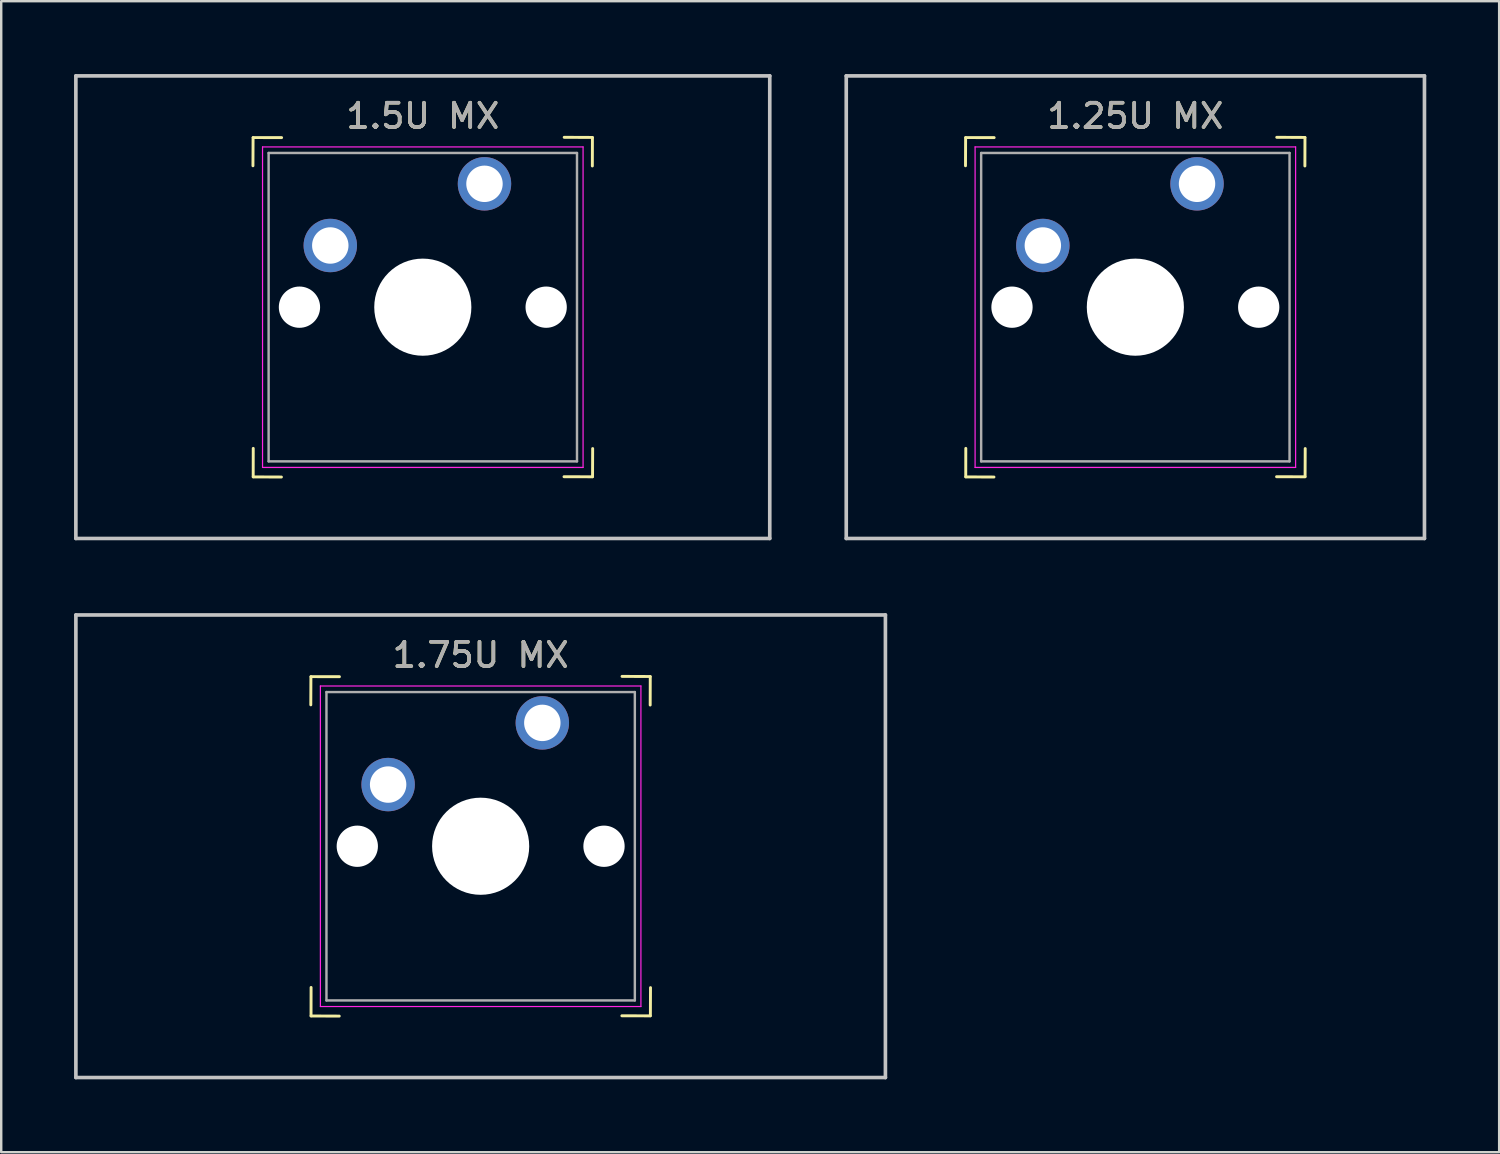
<source format=kicad_pcb>
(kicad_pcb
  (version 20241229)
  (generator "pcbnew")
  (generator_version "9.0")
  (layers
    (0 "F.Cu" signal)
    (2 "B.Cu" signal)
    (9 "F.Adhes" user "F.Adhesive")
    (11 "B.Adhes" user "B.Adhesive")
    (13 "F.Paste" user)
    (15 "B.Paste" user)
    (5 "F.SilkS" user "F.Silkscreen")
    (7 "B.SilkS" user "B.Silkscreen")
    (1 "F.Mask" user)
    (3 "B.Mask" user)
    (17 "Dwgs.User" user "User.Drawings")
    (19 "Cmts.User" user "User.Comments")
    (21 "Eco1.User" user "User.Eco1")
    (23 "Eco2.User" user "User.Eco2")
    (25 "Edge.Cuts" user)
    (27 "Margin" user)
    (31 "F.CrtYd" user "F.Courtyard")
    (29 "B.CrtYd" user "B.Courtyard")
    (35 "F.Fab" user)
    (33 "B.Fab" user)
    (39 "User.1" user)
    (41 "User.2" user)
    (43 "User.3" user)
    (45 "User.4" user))
  (footprint "1.75U MX"
    (layer "F.Cu")
    (at 19.284 26.72)
    (property "Reference" "1.75U MX" (at -2.54 -2.794 0) (layer "F.SilkS") (effects (font (size 1 1) (thickness 0.15))))
    (attr through_hole)
    (fp_line (start -9.535 -0.743) (end -9.53 -1.903) (stroke (width 0.12) (type solid)) (layer "F.SilkS"))
    (fp_line (start -9.523 10.895) (end -9.525 12.065) (stroke (width 0.12) (type solid)) (layer "F.SilkS"))
    (fp_line (start -8.363 12.075) (end -9.523 12.07) (stroke (width 0.12) (type solid)) (layer "F.SilkS"))
    (fp_line (start -8.355 -1.903) (end -9.525 -1.905) (stroke (width 0.12) (type solid)) (layer "F.SilkS"))
    (fp_line (start 3.275 12.062) (end 4.445 12.065) (stroke (width 0.12) (type solid)) (layer "F.SilkS"))
    (fp_line (start 3.283 -1.915) (end 4.442 -1.91) (stroke (width 0.12) (type solid)) (layer "F.SilkS"))
    (fp_line (start 4.442 -0.735) (end 4.445 -1.905) (stroke (width 0.12) (type solid)) (layer "F.SilkS"))
    (fp_line (start 4.455 10.902) (end 4.45 12.062) (stroke (width 0.12) (type solid)) (layer "F.SilkS"))
    (fp_line (start -19.209 -4.445) (end 14.129 -4.445) (stroke (width 0.15) (type solid)) (layer "Dwgs.User"))
    (fp_line (start -19.209 14.605) (end -19.209 -4.445) (stroke (width 0.15) (type solid)) (layer "Dwgs.User"))
    (fp_line (start 14.129 -4.445) (end 14.129 14.605) (stroke (width 0.15) (type solid)) (layer "Dwgs.User"))
    (fp_line (start 14.129 14.605) (end -19.209 14.605) (stroke (width 0.15) (type solid)) (layer "Dwgs.User"))
    (fp_line (start -9.14 -1.52) (end 4.06 -1.52) (stroke (width 0.05) (type solid)) (layer "F.CrtYd"))
    (fp_line (start -9.14 11.68) (end -9.14 -1.52) (stroke (width 0.05) (type solid)) (layer "F.CrtYd"))
    (fp_line (start 4.06 -1.52) (end 4.06 11.68) (stroke (width 0.05) (type solid)) (layer "F.CrtYd"))
    (fp_line (start 4.06 11.68) (end -9.14 11.68) (stroke (width 0.05) (type solid)) (layer "F.CrtYd"))
    (fp_line (start -8.89 -1.27) (end 3.81 -1.27) (stroke (width 0.1) (type solid)) (layer "F.Fab"))
    (fp_line (start -8.89 11.43) (end -8.89 -1.27) (stroke (width 0.1) (type solid)) (layer "F.Fab"))
    (fp_line (start 3.81 -1.27) (end 3.81 11.43) (stroke (width 0.1) (type solid)) (layer "F.Fab"))
    (fp_line (start 3.81 11.43) (end -8.89 11.43) (stroke (width 0.1) (type solid)) (layer "F.Fab"))
    (fp_text user "${REFERENCE}" (at -2.54 -2.794 0) (layer "F.Fab") (effects (font (size 1 1) (thickness 0.15))))
    (pad "" np_thru_hole circle (at -7.62 5.08) (size 1.7 1.7) (drill 1.7) (layers "*.Cu" "*.Mask"))
    (pad "" np_thru_hole circle (at -2.54 5.08) (size 4 4) (drill 4) (layers "*.Cu" "*.Mask"))
    (pad "" np_thru_hole circle (at 2.54 5.08) (size 1.7 1.7) (drill 1.7) (layers "*.Cu" "*.Mask"))
    (pad "1" thru_hole circle (at 0 0) (size 2.2 2.2) (drill 1.5) (layers "*.Cu" "*.Mask"))
    (pad "2" thru_hole circle (at -6.35 2.54) (size 2.2 2.2) (drill 1.5) (layers "*.Cu" "*.Mask")))
  (footprint "1.25U MX"
    (layer "F.Cu")
    (at 46.246 4.52)
    (property "Reference" "1.25U MX" (at -2.54 -2.794 0) (unlocked yes) (layer "F.SilkS") (effects (font (size 1 1) (thickness 0.15))))
    (attr through_hole)
    (fp_line (start -9.535 -0.743) (end -9.53 -1.903) (stroke (width 0.12) (type solid)) (layer "F.SilkS"))
    (fp_line (start -9.523 10.895) (end -9.525 12.065) (stroke (width 0.12) (type solid)) (layer "F.SilkS"))
    (fp_line (start -8.363 12.075) (end -9.523 12.07) (stroke (width 0.12) (type solid)) (layer "F.SilkS"))
    (fp_line (start -8.355 -1.903) (end -9.525 -1.905) (stroke (width 0.12) (type solid)) (layer "F.SilkS"))
    (fp_line (start 3.275 12.062) (end 4.445 12.065) (stroke (width 0.12) (type solid)) (layer "F.SilkS"))
    (fp_line (start 3.283 -1.915) (end 4.442 -1.91) (stroke (width 0.12) (type solid)) (layer "F.SilkS"))
    (fp_line (start 4.442 -0.735) (end 4.445 -1.905) (stroke (width 0.12) (type solid)) (layer "F.SilkS"))
    (fp_line (start 4.455 10.902) (end 4.45 12.062) (stroke (width 0.12) (type solid)) (layer "F.SilkS"))
    (fp_line (start -14.446 -4.445) (end 9.366 -4.445) (stroke (width 0.15) (type solid)) (layer "Dwgs.User"))
    (fp_line (start -14.446 14.605) (end -14.446 -4.445) (stroke (width 0.15) (type solid)) (layer "Dwgs.User"))
    (fp_line (start 9.366 -4.445) (end 9.366 14.605) (stroke (width 0.15) (type solid)) (layer "Dwgs.User"))
    (fp_line (start 9.366 14.605) (end -14.446 14.605) (stroke (width 0.15) (type solid)) (layer "Dwgs.User"))
    (fp_line (start -9.14 -1.52) (end 4.06 -1.52) (stroke (width 0.05) (type solid)) (layer "F.CrtYd"))
    (fp_line (start -9.14 11.68) (end -9.14 -1.52) (stroke (width 0.05) (type solid)) (layer "F.CrtYd"))
    (fp_line (start 4.06 -1.52) (end 4.06 11.68) (stroke (width 0.05) (type solid)) (layer "F.CrtYd"))
    (fp_line (start 4.06 11.68) (end -9.14 11.68) (stroke (width 0.05) (type solid)) (layer "F.CrtYd"))
    (fp_line (start -8.89 -1.27) (end 3.81 -1.27) (stroke (width 0.1) (type solid)) (layer "F.Fab"))
    (fp_line (start -8.89 11.43) (end -8.89 -1.27) (stroke (width 0.1) (type solid)) (layer "F.Fab"))
    (fp_line (start 3.81 -1.27) (end 3.81 11.43) (stroke (width 0.1) (type solid)) (layer "F.Fab"))
    (fp_line (start 3.81 11.43) (end -8.89 11.43) (stroke (width 0.1) (type solid)) (layer "F.Fab"))
    (fp_text user "${REFERENCE}" (at -2.54 -2.794 0) (layer "F.Fab") (effects (font (size 1 1) (thickness 0.15))))
    (pad "" np_thru_hole circle (at -7.62 5.08) (size 1.7 1.7) (drill 1.7) (layers "*.Cu" "*.Mask"))
    (pad "" np_thru_hole circle (at -2.54 5.08) (size 4 4) (drill 4) (layers "*.Cu" "*.Mask"))
    (pad "" np_thru_hole circle (at 2.54 5.08) (size 1.7 1.7) (drill 1.7) (layers "*.Cu" "*.Mask"))
    (pad "1" thru_hole circle (at 0 0) (size 2.2 2.2) (drill 1.5) (layers "*.Cu" "*.Mask"))
    (pad "2" thru_hole circle (at -6.35 2.54) (size 2.2 2.2) (drill 1.5) (layers "*.Cu" "*.Mask")))
  (footprint "1.5U MX"
    (layer "F.Cu")
    (at 16.902 4.52)
    (property "Reference" "1.5U MX" (at -2.54 -2.794 0) (layer "F.SilkS") (effects (font (size 1 1) (thickness 0.15))))
    (attr through_hole)
    (fp_line (start -9.535 -0.743) (end -9.53 -1.903) (stroke (width 0.12) (type solid)) (layer "F.SilkS"))
    (fp_line (start -9.523 10.895) (end -9.525 12.065) (stroke (width 0.12) (type solid)) (layer "F.SilkS"))
    (fp_line (start -8.363 12.075) (end -9.523 12.07) (stroke (width 0.12) (type solid)) (layer "F.SilkS"))
    (fp_line (start -8.355 -1.903) (end -9.525 -1.905) (stroke (width 0.12) (type solid)) (layer "F.SilkS"))
    (fp_line (start 3.275 12.062) (end 4.445 12.065) (stroke (width 0.12) (type solid)) (layer "F.SilkS"))
    (fp_line (start 3.283 -1.915) (end 4.442 -1.91) (stroke (width 0.12) (type solid)) (layer "F.SilkS"))
    (fp_line (start 4.442 -0.735) (end 4.445 -1.905) (stroke (width 0.12) (type solid)) (layer "F.SilkS"))
    (fp_line (start 4.455 10.902) (end 4.45 12.062) (stroke (width 0.12) (type solid)) (layer "F.SilkS"))
    (fp_line (start -16.828 -4.445) (end 11.748 -4.445) (stroke (width 0.15) (type solid)) (layer "Dwgs.User"))
    (fp_line (start -16.828 14.605) (end -16.828 -4.445) (stroke (width 0.15) (type solid)) (layer "Dwgs.User"))
    (fp_line (start 11.748 -4.445) (end 11.748 14.605) (stroke (width 0.15) (type solid)) (layer "Dwgs.User"))
    (fp_line (start 11.748 14.605) (end -16.828 14.605) (stroke (width 0.15) (type solid)) (layer "Dwgs.User"))
    (fp_line (start -9.14 -1.52) (end 4.06 -1.52) (stroke (width 0.05) (type solid)) (layer "F.CrtYd"))
    (fp_line (start -9.14 11.68) (end -9.14 -1.52) (stroke (width 0.05) (type solid)) (layer "F.CrtYd"))
    (fp_line (start 4.06 -1.52) (end 4.06 11.68) (stroke (width 0.05) (type solid)) (layer "F.CrtYd"))
    (fp_line (start 4.06 11.68) (end -9.14 11.68) (stroke (width 0.05) (type solid)) (layer "F.CrtYd"))
    (fp_line (start -8.89 -1.27) (end 3.81 -1.27) (stroke (width 0.1) (type solid)) (layer "F.Fab"))
    (fp_line (start -8.89 11.43) (end -8.89 -1.27) (stroke (width 0.1) (type solid)) (layer "F.Fab"))
    (fp_line (start 3.81 -1.27) (end 3.81 11.43) (stroke (width 0.1) (type solid)) (layer "F.Fab"))
    (fp_line (start 3.81 11.43) (end -8.89 11.43) (stroke (width 0.1) (type solid)) (layer "F.Fab"))
    (fp_text user "${REFERENCE}" (at -2.54 -2.794 0) (layer "F.Fab") (effects (font (size 1 1) (thickness 0.15))))
    (pad "" np_thru_hole circle (at -7.62 5.08) (size 1.7 1.7) (drill 1.7) (layers "*.Cu" "*.Mask"))
    (pad "" np_thru_hole circle (at -2.54 5.08) (size 4 4) (drill 4) (layers "*.Cu" "*.Mask"))
    (pad "" np_thru_hole circle (at 2.54 5.08) (size 1.7 1.7) (drill 1.7) (layers "*.Cu" "*.Mask"))
    (pad "1" thru_hole circle (at 0 0) (size 2.2 2.2) (drill 1.5) (layers "*.Cu" "*.Mask"))
    (pad "2" thru_hole circle (at -6.35 2.54) (size 2.2 2.2) (drill 1.5) (layers "*.Cu" "*.Mask")))
  (gr_rect
    (start -3 -3)
    (end 58.688 44.4)
    (stroke (width 0.1) (type default))
    (fill no)
    (layer "Edge.Cuts")))
</source>
